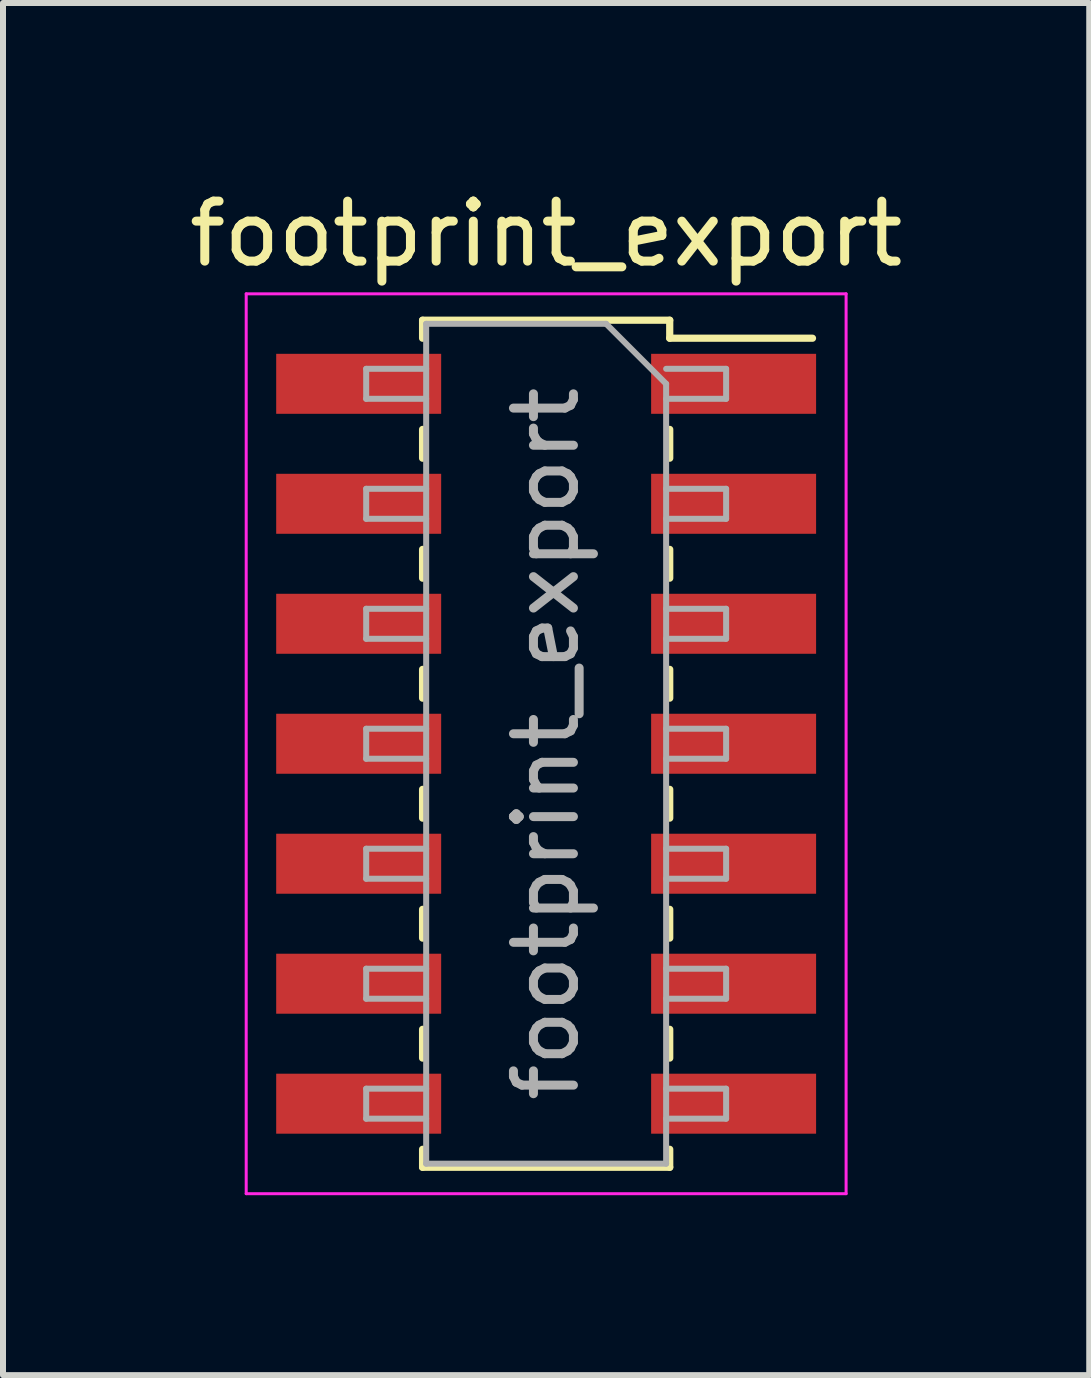
<source format=kicad_pcb>
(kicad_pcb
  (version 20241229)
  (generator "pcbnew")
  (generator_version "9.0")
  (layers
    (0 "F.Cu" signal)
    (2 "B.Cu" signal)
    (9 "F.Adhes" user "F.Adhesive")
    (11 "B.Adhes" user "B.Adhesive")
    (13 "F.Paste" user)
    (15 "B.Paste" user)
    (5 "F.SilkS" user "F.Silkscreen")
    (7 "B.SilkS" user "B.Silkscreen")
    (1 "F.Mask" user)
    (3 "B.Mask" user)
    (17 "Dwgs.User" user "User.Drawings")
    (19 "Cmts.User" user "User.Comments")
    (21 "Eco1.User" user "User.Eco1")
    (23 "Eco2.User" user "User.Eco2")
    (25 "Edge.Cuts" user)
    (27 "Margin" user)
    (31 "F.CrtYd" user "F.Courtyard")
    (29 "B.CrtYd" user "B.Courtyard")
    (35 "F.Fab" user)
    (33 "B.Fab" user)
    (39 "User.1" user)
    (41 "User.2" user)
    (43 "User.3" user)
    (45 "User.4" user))
  (footprint "footprint_export"
    (layer "F.Cu")
    (at 6.054 9.348)
    (property "Reference" "footprint_export" (at 0 -8.5 0) (layer "F.SilkS") (effects (font (size 1 1) (thickness 0.15))))
    (attr smd)
    (fp_line (start -2.06 -7.06) (end -2.06 -6.76) (stroke (width 0.12) (type solid)) (layer "F.SilkS"))
    (fp_line (start -2.06 -7.06) (end 2.06 -7.06) (stroke (width 0.12) (type solid)) (layer "F.SilkS"))
    (fp_line (start -2.06 -5.24) (end -2.06 -4.76) (stroke (width 0.12) (type solid)) (layer "F.SilkS"))
    (fp_line (start -2.06 -3.24) (end -2.06 -2.76) (stroke (width 0.12) (type solid)) (layer "F.SilkS"))
    (fp_line (start -2.06 -1.24) (end -2.06 -0.76) (stroke (width 0.12) (type solid)) (layer "F.SilkS"))
    (fp_line (start -2.06 0.76) (end -2.06 1.24) (stroke (width 0.12) (type solid)) (layer "F.SilkS"))
    (fp_line (start -2.06 2.76) (end -2.06 3.24) (stroke (width 0.12) (type solid)) (layer "F.SilkS"))
    (fp_line (start -2.06 4.76) (end -2.06 5.24) (stroke (width 0.12) (type solid)) (layer "F.SilkS"))
    (fp_line (start -2.06 6.76) (end -2.06 7.06) (stroke (width 0.12) (type solid)) (layer "F.SilkS"))
    (fp_line (start -2.06 7.06) (end 2.06 7.06) (stroke (width 0.12) (type solid)) (layer "F.SilkS"))
    (fp_line (start 2.06 -7.06) (end 2.06 -6.76) (stroke (width 0.12) (type solid)) (layer "F.SilkS"))
    (fp_line (start 2.06 -6.76) (end 4.44 -6.76) (stroke (width 0.12) (type solid)) (layer "F.SilkS"))
    (fp_line (start 2.06 -5.24) (end 2.06 -4.76) (stroke (width 0.12) (type solid)) (layer "F.SilkS"))
    (fp_line (start 2.06 -3.24) (end 2.06 -2.76) (stroke (width 0.12) (type solid)) (layer "F.SilkS"))
    (fp_line (start 2.06 -1.24) (end 2.06 -0.76) (stroke (width 0.12) (type solid)) (layer "F.SilkS"))
    (fp_line (start 2.06 0.76) (end 2.06 1.24) (stroke (width 0.12) (type solid)) (layer "F.SilkS"))
    (fp_line (start 2.06 2.76) (end 2.06 3.24) (stroke (width 0.12) (type solid)) (layer "F.SilkS"))
    (fp_line (start 2.06 4.76) (end 2.06 5.24) (stroke (width 0.12) (type solid)) (layer "F.SilkS"))
    (fp_line (start 2.06 6.76) (end 2.06 7.06) (stroke (width 0.12) (type solid)) (layer "F.SilkS"))
    (fp_line (start -5 -7.5) (end 5 -7.5) (stroke (width 0.05) (type solid)) (layer "F.CrtYd"))
    (fp_line (start -5 7.5) (end -5 -7.5) (stroke (width 0.05) (type solid)) (layer "F.CrtYd"))
    (fp_line (start 5 -7.5) (end 5 7.5) (stroke (width 0.05) (type solid)) (layer "F.CrtYd"))
    (fp_line (start 5 7.5) (end -5 7.5) (stroke (width 0.05) (type solid)) (layer "F.CrtYd"))
    (fp_line (start -3 -6.25) (end -2 -6.25) (stroke (width 0.1) (type solid)) (layer "F.Fab"))
    (fp_line (start -3 -5.75) (end -3 -6.25) (stroke (width 0.1) (type solid)) (layer "F.Fab"))
    (fp_line (start -3 -4.25) (end -2 -4.25) (stroke (width 0.1) (type solid)) (layer "F.Fab"))
    (fp_line (start -3 -3.75) (end -3 -4.25) (stroke (width 0.1) (type solid)) (layer "F.Fab"))
    (fp_line (start -3 -2.25) (end -2 -2.25) (stroke (width 0.1) (type solid)) (layer "F.Fab"))
    (fp_line (start -3 -1.75) (end -3 -2.25) (stroke (width 0.1) (type solid)) (layer "F.Fab"))
    (fp_line (start -3 -0.25) (end -2 -0.25) (stroke (width 0.1) (type solid)) (layer "F.Fab"))
    (fp_line (start -3 0.25) (end -3 -0.25) (stroke (width 0.1) (type solid)) (layer "F.Fab"))
    (fp_line (start -3 1.75) (end -2 1.75) (stroke (width 0.1) (type solid)) (layer "F.Fab"))
    (fp_line (start -3 2.25) (end -3 1.75) (stroke (width 0.1) (type solid)) (layer "F.Fab"))
    (fp_line (start -3 3.75) (end -2 3.75) (stroke (width 0.1) (type solid)) (layer "F.Fab"))
    (fp_line (start -3 4.25) (end -3 3.75) (stroke (width 0.1) (type solid)) (layer "F.Fab"))
    (fp_line (start -3 5.75) (end -2 5.75) (stroke (width 0.1) (type solid)) (layer "F.Fab"))
    (fp_line (start -3 6.25) (end -3 5.75) (stroke (width 0.1) (type solid)) (layer "F.Fab"))
    (fp_line (start -2 -7) (end 1 -7) (stroke (width 0.1) (type solid)) (layer "F.Fab"))
    (fp_line (start -2 -5.75) (end -3 -5.75) (stroke (width 0.1) (type solid)) (layer "F.Fab"))
    (fp_line (start -2 -3.75) (end -3 -3.75) (stroke (width 0.1) (type solid)) (layer "F.Fab"))
    (fp_line (start -2 -1.75) (end -3 -1.75) (stroke (width 0.1) (type solid)) (layer "F.Fab"))
    (fp_line (start -2 0.25) (end -3 0.25) (stroke (width 0.1) (type solid)) (layer "F.Fab"))
    (fp_line (start -2 2.25) (end -3 2.25) (stroke (width 0.1) (type solid)) (layer "F.Fab"))
    (fp_line (start -2 4.25) (end -3 4.25) (stroke (width 0.1) (type solid)) (layer "F.Fab"))
    (fp_line (start -2 6.25) (end -3 6.25) (stroke (width 0.1) (type solid)) (layer "F.Fab"))
    (fp_line (start -2 7) (end -2 -7) (stroke (width 0.1) (type solid)) (layer "F.Fab"))
    (fp_line (start 1 -7) (end 2 -6) (stroke (width 0.1) (type solid)) (layer "F.Fab"))
    (fp_line (start 2 -6.25) (end 3 -6.25) (stroke (width 0.1) (type solid)) (layer "F.Fab"))
    (fp_line (start 2 -6) (end 2 7) (stroke (width 0.1) (type solid)) (layer "F.Fab"))
    (fp_line (start 2 -4.25) (end 3 -4.25) (stroke (width 0.1) (type solid)) (layer "F.Fab"))
    (fp_line (start 2 -2.25) (end 3 -2.25) (stroke (width 0.1) (type solid)) (layer "F.Fab"))
    (fp_line (start 2 -0.25) (end 3 -0.25) (stroke (width 0.1) (type solid)) (layer "F.Fab"))
    (fp_line (start 2 1.75) (end 3 1.75) (stroke (width 0.1) (type solid)) (layer "F.Fab"))
    (fp_line (start 2 3.75) (end 3 3.75) (stroke (width 0.1) (type solid)) (layer "F.Fab"))
    (fp_line (start 2 5.75) (end 3 5.75) (stroke (width 0.1) (type solid)) (layer "F.Fab"))
    (fp_line (start 2 7) (end -2 7) (stroke (width 0.1) (type solid)) (layer "F.Fab"))
    (fp_line (start 3 -6.25) (end 3 -5.75) (stroke (width 0.1) (type solid)) (layer "F.Fab"))
    (fp_line (start 3 -5.75) (end 2 -5.75) (stroke (width 0.1) (type solid)) (layer "F.Fab"))
    (fp_line (start 3 -4.25) (end 3 -3.75) (stroke (width 0.1) (type solid)) (layer "F.Fab"))
    (fp_line (start 3 -3.75) (end 2 -3.75) (stroke (width 0.1) (type solid)) (layer "F.Fab"))
    (fp_line (start 3 -2.25) (end 3 -1.75) (stroke (width 0.1) (type solid)) (layer "F.Fab"))
    (fp_line (start 3 -1.75) (end 2 -1.75) (stroke (width 0.1) (type solid)) (layer "F.Fab"))
    (fp_line (start 3 -0.25) (end 3 0.25) (stroke (width 0.1) (type solid)) (layer "F.Fab"))
    (fp_line (start 3 0.25) (end 2 0.25) (stroke (width 0.1) (type solid)) (layer "F.Fab"))
    (fp_line (start 3 1.75) (end 3 2.25) (stroke (width 0.1) (type solid)) (layer "F.Fab"))
    (fp_line (start 3 2.25) (end 2 2.25) (stroke (width 0.1) (type solid)) (layer "F.Fab"))
    (fp_line (start 3 3.75) (end 3 4.25) (stroke (width 0.1) (type solid)) (layer "F.Fab"))
    (fp_line (start 3 4.25) (end 2 4.25) (stroke (width 0.1) (type solid)) (layer "F.Fab"))
    (fp_line (start 3 5.75) (end 3 6.25) (stroke (width 0.1) (type solid)) (layer "F.Fab"))
    (fp_line (start 3 6.25) (end 2 6.25) (stroke (width 0.1) (type solid)) (layer "F.Fab"))
    (fp_text user "${REFERENCE}" (at 0 0 90) (layer "F.Fab") (effects (font (size 1 1) (thickness 0.15))))
    (pad "1" smd rect (at 3.125 -6) (size 2.75 1) (layers "F.Cu" "F.Mask" "F.Paste"))
    (pad "2" smd rect (at -3.125 -6) (size 2.75 1) (layers "F.Cu" "F.Mask" "F.Paste"))
    (pad "3" smd rect (at 3.125 -4) (size 2.75 1) (layers "F.Cu" "F.Mask" "F.Paste"))
    (pad "4" smd rect (at -3.125 -4) (size 2.75 1) (layers "F.Cu" "F.Mask" "F.Paste"))
    (pad "5" smd rect (at 3.125 -2) (size 2.75 1) (layers "F.Cu" "F.Mask" "F.Paste"))
    (pad "6" smd rect (at -3.125 -2) (size 2.75 1) (layers "F.Cu" "F.Mask" "F.Paste"))
    (pad "7" smd rect (at 3.125 0) (size 2.75 1) (layers "F.Cu" "F.Mask" "F.Paste"))
    (pad "8" smd rect (at -3.125 0) (size 2.75 1) (layers "F.Cu" "F.Mask" "F.Paste"))
    (pad "9" smd rect (at 3.125 2) (size 2.75 1) (layers "F.Cu" "F.Mask" "F.Paste"))
    (pad "10" smd rect (at -3.125 2) (size 2.75 1) (layers "F.Cu" "F.Mask" "F.Paste"))
    (pad "11" smd rect (at 3.125 4) (size 2.75 1) (layers "F.Cu" "F.Mask" "F.Paste"))
    (pad "12" smd rect (at -3.125 4) (size 2.75 1) (layers "F.Cu" "F.Mask" "F.Paste"))
    (pad "13" smd rect (at 3.125 6) (size 2.75 1) (layers "F.Cu" "F.Mask" "F.Paste"))
    (pad "14" smd rect (at -3.125 6) (size 2.75 1) (layers "F.Cu" "F.Mask" "F.Paste")))
  (gr_rect
    (start -3 -3)
    (end 15.107 19.873)
    (stroke (width 0.1) (type default))
    (fill no)
    (layer "Edge.Cuts")))
</source>
